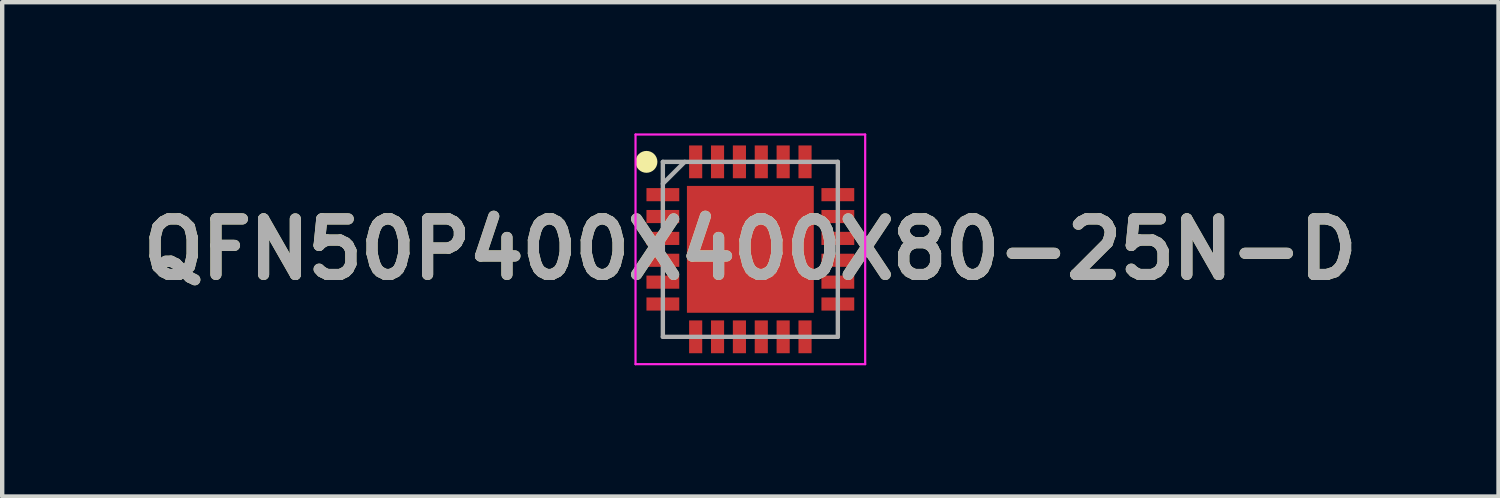
<source format=kicad_pcb>
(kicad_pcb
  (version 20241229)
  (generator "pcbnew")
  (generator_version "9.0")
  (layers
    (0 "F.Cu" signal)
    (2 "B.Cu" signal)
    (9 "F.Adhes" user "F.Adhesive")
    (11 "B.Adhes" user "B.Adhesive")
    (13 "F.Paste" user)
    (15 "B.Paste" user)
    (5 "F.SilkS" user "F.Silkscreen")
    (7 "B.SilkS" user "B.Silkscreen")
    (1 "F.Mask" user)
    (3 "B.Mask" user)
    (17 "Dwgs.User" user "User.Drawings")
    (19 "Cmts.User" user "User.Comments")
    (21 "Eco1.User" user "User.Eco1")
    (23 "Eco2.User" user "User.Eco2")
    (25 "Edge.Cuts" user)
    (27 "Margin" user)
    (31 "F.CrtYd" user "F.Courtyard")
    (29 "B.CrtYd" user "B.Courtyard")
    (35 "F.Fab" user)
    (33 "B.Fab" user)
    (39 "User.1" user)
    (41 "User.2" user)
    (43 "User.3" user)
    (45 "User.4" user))
  (footprint "QFN50P400X400X80-25N-D"
    (layer "F.Cu")
    (at 14.103 2.65)
    (property "Reference" "QFN50P400X400X80-25N-D" (at 0 0 0) (layer "F.SilkS") (effects (font (size 1.27 1.27) (thickness 0.254))))
    (attr smd)
    (fp_circle (center -2.375 -2) (end -2.375 -1.875) (stroke (width 0.25) (type solid)) (fill no) (layer "F.SilkS"))
    (fp_line (start -2.625 -2.625) (end 2.625 -2.625) (stroke (width 0.05) (type solid)) (layer "F.CrtYd"))
    (fp_line (start -2.625 2.625) (end -2.625 -2.625) (stroke (width 0.05) (type solid)) (layer "F.CrtYd"))
    (fp_line (start 2.625 -2.625) (end 2.625 2.625) (stroke (width 0.05) (type solid)) (layer "F.CrtYd"))
    (fp_line (start 2.625 2.625) (end -2.625 2.625) (stroke (width 0.05) (type solid)) (layer "F.CrtYd"))
    (fp_line (start -2 -2) (end 2 -2) (stroke (width 0.1) (type solid)) (layer "F.Fab"))
    (fp_line (start -2 -1.5) (end -1.5 -2) (stroke (width 0.1) (type solid)) (layer "F.Fab"))
    (fp_line (start -2 2) (end -2 -2) (stroke (width 0.1) (type solid)) (layer "F.Fab"))
    (fp_line (start 2 -2) (end 2 2) (stroke (width 0.1) (type solid)) (layer "F.Fab"))
    (fp_line (start 2 2) (end -2 2) (stroke (width 0.1) (type solid)) (layer "F.Fab"))
    (fp_text user "${REFERENCE}" (at 0 0 0) (layer "F.Fab") (effects (font (size 1.27 1.27) (thickness 0.254))))
    (pad "1" smd rect (at -2 -1.25 90) (size 0.3 0.75) (layers "F.Cu" "F.Mask" "F.Paste"))
    (pad "2" smd rect (at -2 -0.75 90) (size 0.3 0.75) (layers "F.Cu" "F.Mask" "F.Paste"))
    (pad "3" smd rect (at -2 -0.25 90) (size 0.3 0.75) (layers "F.Cu" "F.Mask" "F.Paste"))
    (pad "4" smd rect (at -2 0.25 90) (size 0.3 0.75) (layers "F.Cu" "F.Mask" "F.Paste"))
    (pad "5" smd rect (at -2 0.75 90) (size 0.3 0.75) (layers "F.Cu" "F.Mask" "F.Paste"))
    (pad "6" smd rect (at -2 1.25 90) (size 0.3 0.75) (layers "F.Cu" "F.Mask" "F.Paste"))
    (pad "7" smd rect (at -1.25 2) (size 0.3 0.75) (layers "F.Cu" "F.Mask" "F.Paste"))
    (pad "8" smd rect (at -0.75 2) (size 0.3 0.75) (layers "F.Cu" "F.Mask" "F.Paste"))
    (pad "9" smd rect (at -0.25 2) (size 0.3 0.75) (layers "F.Cu" "F.Mask" "F.Paste"))
    (pad "10" smd rect (at 0.25 2) (size 0.3 0.75) (layers "F.Cu" "F.Mask" "F.Paste"))
    (pad "11" smd rect (at 0.75 2) (size 0.3 0.75) (layers "F.Cu" "F.Mask" "F.Paste"))
    (pad "12" smd rect (at 1.25 2) (size 0.3 0.75) (layers "F.Cu" "F.Mask" "F.Paste"))
    (pad "13" smd rect (at 2 1.25 90) (size 0.3 0.75) (layers "F.Cu" "F.Mask" "F.Paste"))
    (pad "14" smd rect (at 2 0.75 90) (size 0.3 0.75) (layers "F.Cu" "F.Mask" "F.Paste"))
    (pad "15" smd rect (at 2 0.25 90) (size 0.3 0.75) (layers "F.Cu" "F.Mask" "F.Paste"))
    (pad "16" smd rect (at 2 -0.25 90) (size 0.3 0.75) (layers "F.Cu" "F.Mask" "F.Paste"))
    (pad "17" smd rect (at 2 -0.75 90) (size 0.3 0.75) (layers "F.Cu" "F.Mask" "F.Paste"))
    (pad "18" smd rect (at 2 -1.25 90) (size 0.3 0.75) (layers "F.Cu" "F.Mask" "F.Paste"))
    (pad "19" smd rect (at 1.25 -2) (size 0.3 0.75) (layers "F.Cu" "F.Mask" "F.Paste"))
    (pad "20" smd rect (at 0.75 -2) (size 0.3 0.75) (layers "F.Cu" "F.Mask" "F.Paste"))
    (pad "21" smd rect (at 0.25 -2) (size 0.3 0.75) (layers "F.Cu" "F.Mask" "F.Paste"))
    (pad "22" smd rect (at -0.25 -2) (size 0.3 0.75) (layers "F.Cu" "F.Mask" "F.Paste"))
    (pad "23" smd rect (at -0.75 -2) (size 0.3 0.75) (layers "F.Cu" "F.Mask" "F.Paste"))
    (pad "24" smd rect (at -1.25 -2) (size 0.3 0.75) (layers "F.Cu" "F.Mask" "F.Paste"))
    (pad "25" smd rect (at 0 0) (size 2.9 2.9) (layers "F.Cu" "F.Mask" "F.Paste")))
  (gr_rect
    (start -3 -3)
    (end 31.206 8.3)
    (stroke (width 0.1) (type default))
    (fill no)
    (layer "Edge.Cuts")))
</source>
